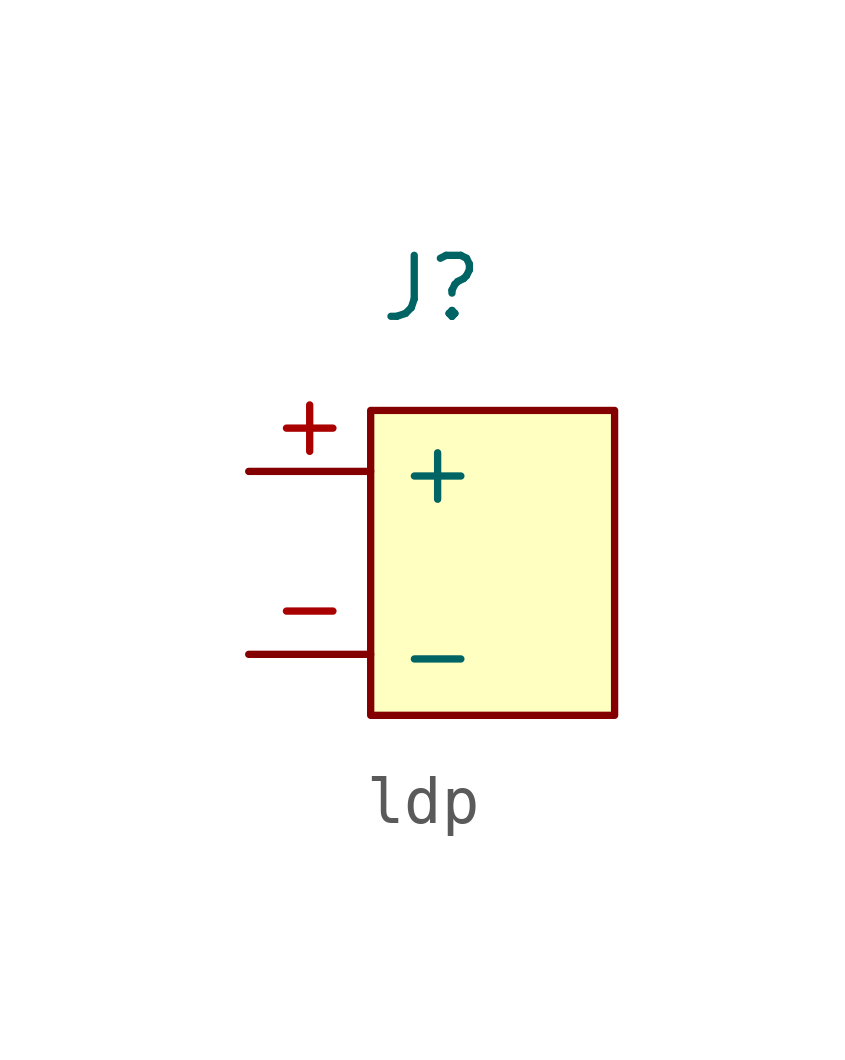
<source format=kicad_sym>
(kicad_symbol_lib
  (version 20220914)
  (generator kicad_symbol_editor)
  (symbol "ldp"
    (property "Reference" "J"
      (at -1.27 6.35 0)
      (effects (font (size 1.27 1.27))))
    (property "Value" ""
      (at 0 0 0)
      (effects (font (size 1.27 1.27))))
    (symbol "ldp_1_1"
      (rectangle (start -2.54 3.81) (end 2.54 -2.54) (stroke (width 0) (type default)) (fill (type background)))
      (pin passive line (at -5.08 2.54 0) (length 2.54) (name "+" (effects (font (size 1.27 1.27)))) (number "+" (effects (font (size 1.27 1.27)))))
      (pin passive line (at -5.08 -1.27 0) (length 2.54) (name "-" (effects (font (size 1.27 1.27)))) (number "-" (effects (font (size 1.27 1.27))))))))
</source>
